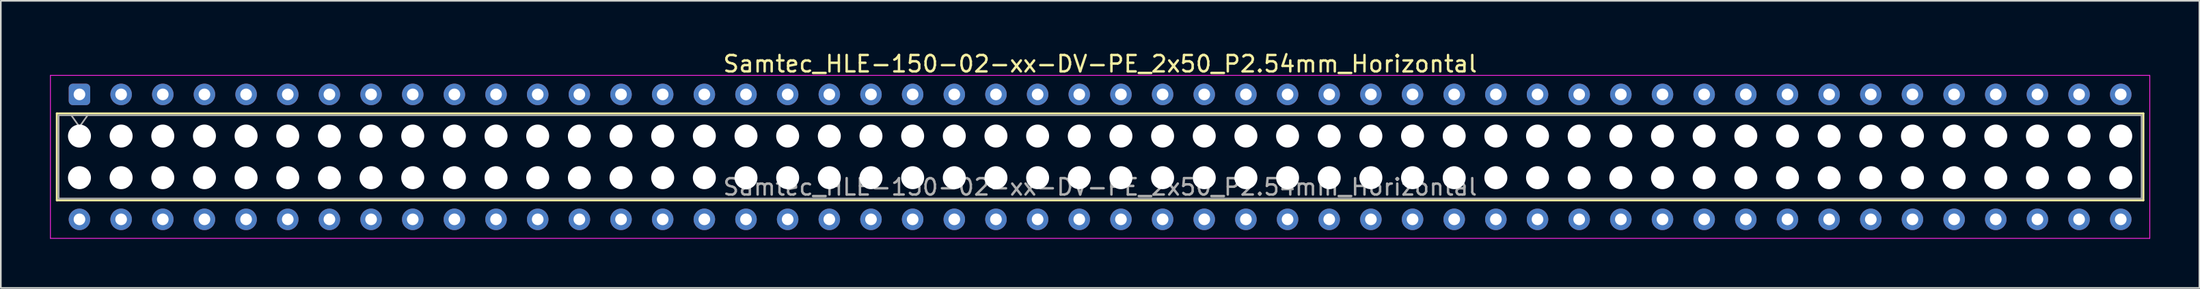
<source format=kicad_pcb>
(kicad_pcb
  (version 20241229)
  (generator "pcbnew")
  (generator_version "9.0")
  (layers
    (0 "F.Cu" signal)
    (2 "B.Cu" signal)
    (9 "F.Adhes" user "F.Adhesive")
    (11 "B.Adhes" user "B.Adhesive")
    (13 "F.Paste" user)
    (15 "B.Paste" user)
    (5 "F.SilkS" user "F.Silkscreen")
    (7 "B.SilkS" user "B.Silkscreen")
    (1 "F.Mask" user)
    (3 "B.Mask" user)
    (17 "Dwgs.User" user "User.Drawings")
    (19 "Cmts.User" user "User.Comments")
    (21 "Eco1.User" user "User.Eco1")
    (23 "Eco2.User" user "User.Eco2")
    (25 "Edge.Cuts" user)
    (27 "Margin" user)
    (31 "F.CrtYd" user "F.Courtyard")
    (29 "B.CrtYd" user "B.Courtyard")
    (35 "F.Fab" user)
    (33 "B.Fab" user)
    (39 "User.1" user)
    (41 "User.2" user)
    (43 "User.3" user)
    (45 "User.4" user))
  (footprint "Samtec_HLE-150-02-xx-DV-PE_2x50_P2.54mm_Horizontal"
    (layer "F.Cu")
    (at 1.795 2.708)
    (property "Reference" "Samtec_HLE-150-02-xx-DV-PE_2x50_P2.54mm_Horizontal" (at 62.23 -1.86 0) (layer "F.SilkS") (effects (font (size 1 1) (thickness 0.15))))
    (attr through_hole)
    (fp_line (start -1.38 1.16) (end 125.84 1.16) (stroke (width 0.12) (type solid)) (layer "F.SilkS"))
    (fp_line (start -1.38 6.46) (end -1.38 1.16) (stroke (width 0.12) (type solid)) (layer "F.SilkS"))
    (fp_line (start 125.84 1.16) (end 125.84 6.46) (stroke (width 0.12) (type solid)) (layer "F.SilkS"))
    (fp_line (start 125.84 6.46) (end -1.38 6.46) (stroke (width 0.12) (type solid)) (layer "F.SilkS"))
    (fp_line (start -1.77 -1.16) (end 126.23 -1.16) (stroke (width 0.05) (type solid)) (layer "F.CrtYd"))
    (fp_line (start -1.77 8.78) (end -1.77 -1.16) (stroke (width 0.05) (type solid)) (layer "F.CrtYd"))
    (fp_line (start 126.23 -1.16) (end 126.23 8.78) (stroke (width 0.05) (type solid)) (layer "F.CrtYd"))
    (fp_line (start 126.23 8.78) (end -1.77 8.78) (stroke (width 0.05) (type solid)) (layer "F.CrtYd"))
    (fp_line (start -1.27 1.27) (end 125.73 1.27) (stroke (width 0.1) (type solid)) (layer "F.Fab"))
    (fp_line (start -1.27 6.35) (end -1.27 1.27) (stroke (width 0.1) (type solid)) (layer "F.Fab"))
    (fp_line (start -0.5 1.27) (end 0 1.977) (stroke (width 0.1) (type solid)) (layer "F.Fab"))
    (fp_line (start 0 1.977) (end 0.5 1.27) (stroke (width 0.1) (type solid)) (layer "F.Fab"))
    (fp_line (start 125.73 1.27) (end 125.73 6.35) (stroke (width 0.1) (type solid)) (layer "F.Fab"))
    (fp_line (start 125.73 6.35) (end -1.27 6.35) (stroke (width 0.1) (type solid)) (layer "F.Fab"))
    (fp_text user "${REFERENCE}" (at 62.23 5.65 0) (layer "F.Fab") (effects (font (size 1 1) (thickness 0.15))))
    (pad "" np_thru_hole circle (at 0 2.54) (size 1.4 1.4) (drill 1.4) (layers "*.Cu" "*.Mask"))
    (pad "" np_thru_hole circle (at 0 5.08) (size 1.4 1.4) (drill 1.4) (layers "*.Cu" "*.Mask"))
    (pad "" np_thru_hole circle (at 2.54 2.54) (size 1.4 1.4) (drill 1.4) (layers "*.Cu" "*.Mask"))
    (pad "" np_thru_hole circle (at 2.54 5.08) (size 1.4 1.4) (drill 1.4) (layers "*.Cu" "*.Mask"))
    (pad "" np_thru_hole circle (at 5.08 2.54) (size 1.4 1.4) (drill 1.4) (layers "*.Cu" "*.Mask"))
    (pad "" np_thru_hole circle (at 5.08 5.08) (size 1.4 1.4) (drill 1.4) (layers "*.Cu" "*.Mask"))
    (pad "" np_thru_hole circle (at 7.62 2.54) (size 1.4 1.4) (drill 1.4) (layers "*.Cu" "*.Mask"))
    (pad "" np_thru_hole circle (at 7.62 5.08) (size 1.4 1.4) (drill 1.4) (layers "*.Cu" "*.Mask"))
    (pad "" np_thru_hole circle (at 10.16 2.54) (size 1.4 1.4) (drill 1.4) (layers "*.Cu" "*.Mask"))
    (pad "" np_thru_hole circle (at 10.16 5.08) (size 1.4 1.4) (drill 1.4) (layers "*.Cu" "*.Mask"))
    (pad "" np_thru_hole circle (at 12.7 2.54) (size 1.4 1.4) (drill 1.4) (layers "*.Cu" "*.Mask"))
    (pad "" np_thru_hole circle (at 12.7 5.08) (size 1.4 1.4) (drill 1.4) (layers "*.Cu" "*.Mask"))
    (pad "" np_thru_hole circle (at 15.24 2.54) (size 1.4 1.4) (drill 1.4) (layers "*.Cu" "*.Mask"))
    (pad "" np_thru_hole circle (at 15.24 5.08) (size 1.4 1.4) (drill 1.4) (layers "*.Cu" "*.Mask"))
    (pad "" np_thru_hole circle (at 17.78 2.54) (size 1.4 1.4) (drill 1.4) (layers "*.Cu" "*.Mask"))
    (pad "" np_thru_hole circle (at 17.78 5.08) (size 1.4 1.4) (drill 1.4) (layers "*.Cu" "*.Mask"))
    (pad "" np_thru_hole circle (at 20.32 2.54) (size 1.4 1.4) (drill 1.4) (layers "*.Cu" "*.Mask"))
    (pad "" np_thru_hole circle (at 20.32 5.08) (size 1.4 1.4) (drill 1.4) (layers "*.Cu" "*.Mask"))
    (pad "" np_thru_hole circle (at 22.86 2.54) (size 1.4 1.4) (drill 1.4) (layers "*.Cu" "*.Mask"))
    (pad "" np_thru_hole circle (at 22.86 5.08) (size 1.4 1.4) (drill 1.4) (layers "*.Cu" "*.Mask"))
    (pad "" np_thru_hole circle (at 25.4 2.54) (size 1.4 1.4) (drill 1.4) (layers "*.Cu" "*.Mask"))
    (pad "" np_thru_hole circle (at 25.4 5.08) (size 1.4 1.4) (drill 1.4) (layers "*.Cu" "*.Mask"))
    (pad "" np_thru_hole circle (at 27.94 2.54) (size 1.4 1.4) (drill 1.4) (layers "*.Cu" "*.Mask"))
    (pad "" np_thru_hole circle (at 27.94 5.08) (size 1.4 1.4) (drill 1.4) (layers "*.Cu" "*.Mask"))
    (pad "" np_thru_hole circle (at 30.48 2.54) (size 1.4 1.4) (drill 1.4) (layers "*.Cu" "*.Mask"))
    (pad "" np_thru_hole circle (at 30.48 5.08) (size 1.4 1.4) (drill 1.4) (layers "*.Cu" "*.Mask"))
    (pad "" np_thru_hole circle (at 33.02 2.54) (size 1.4 1.4) (drill 1.4) (layers "*.Cu" "*.Mask"))
    (pad "" np_thru_hole circle (at 33.02 5.08) (size 1.4 1.4) (drill 1.4) (layers "*.Cu" "*.Mask"))
    (pad "" np_thru_hole circle (at 35.56 2.54) (size 1.4 1.4) (drill 1.4) (layers "*.Cu" "*.Mask"))
    (pad "" np_thru_hole circle (at 35.56 5.08) (size 1.4 1.4) (drill 1.4) (layers "*.Cu" "*.Mask"))
    (pad "" np_thru_hole circle (at 38.1 2.54) (size 1.4 1.4) (drill 1.4) (layers "*.Cu" "*.Mask"))
    (pad "" np_thru_hole circle (at 38.1 5.08) (size 1.4 1.4) (drill 1.4) (layers "*.Cu" "*.Mask"))
    (pad "" np_thru_hole circle (at 40.64 2.54) (size 1.4 1.4) (drill 1.4) (layers "*.Cu" "*.Mask"))
    (pad "" np_thru_hole circle (at 40.64 5.08) (size 1.4 1.4) (drill 1.4) (layers "*.Cu" "*.Mask"))
    (pad "" np_thru_hole circle (at 43.18 2.54) (size 1.4 1.4) (drill 1.4) (layers "*.Cu" "*.Mask"))
    (pad "" np_thru_hole circle (at 43.18 5.08) (size 1.4 1.4) (drill 1.4) (layers "*.Cu" "*.Mask"))
    (pad "" np_thru_hole circle (at 45.72 2.54) (size 1.4 1.4) (drill 1.4) (layers "*.Cu" "*.Mask"))
    (pad "" np_thru_hole circle (at 45.72 5.08) (size 1.4 1.4) (drill 1.4) (layers "*.Cu" "*.Mask"))
    (pad "" np_thru_hole circle (at 48.26 2.54) (size 1.4 1.4) (drill 1.4) (layers "*.Cu" "*.Mask"))
    (pad "" np_thru_hole circle (at 48.26 5.08) (size 1.4 1.4) (drill 1.4) (layers "*.Cu" "*.Mask"))
    (pad "" np_thru_hole circle (at 50.8 2.54) (size 1.4 1.4) (drill 1.4) (layers "*.Cu" "*.Mask"))
    (pad "" np_thru_hole circle (at 50.8 5.08) (size 1.4 1.4) (drill 1.4) (layers "*.Cu" "*.Mask"))
    (pad "" np_thru_hole circle (at 53.34 2.54) (size 1.4 1.4) (drill 1.4) (layers "*.Cu" "*.Mask"))
    (pad "" np_thru_hole circle (at 53.34 5.08) (size 1.4 1.4) (drill 1.4) (layers "*.Cu" "*.Mask"))
    (pad "" np_thru_hole circle (at 55.88 2.54) (size 1.4 1.4) (drill 1.4) (layers "*.Cu" "*.Mask"))
    (pad "" np_thru_hole circle (at 55.88 5.08) (size 1.4 1.4) (drill 1.4) (layers "*.Cu" "*.Mask"))
    (pad "" np_thru_hole circle (at 58.42 2.54) (size 1.4 1.4) (drill 1.4) (layers "*.Cu" "*.Mask"))
    (pad "" np_thru_hole circle (at 58.42 5.08) (size 1.4 1.4) (drill 1.4) (layers "*.Cu" "*.Mask"))
    (pad "" np_thru_hole circle (at 60.96 2.54) (size 1.4 1.4) (drill 1.4) (layers "*.Cu" "*.Mask"))
    (pad "" np_thru_hole circle (at 60.96 5.08) (size 1.4 1.4) (drill 1.4) (layers "*.Cu" "*.Mask"))
    (pad "" np_thru_hole circle (at 63.5 2.54) (size 1.4 1.4) (drill 1.4) (layers "*.Cu" "*.Mask"))
    (pad "" np_thru_hole circle (at 63.5 5.08) (size 1.4 1.4) (drill 1.4) (layers "*.Cu" "*.Mask"))
    (pad "" np_thru_hole circle (at 66.04 2.54) (size 1.4 1.4) (drill 1.4) (layers "*.Cu" "*.Mask"))
    (pad "" np_thru_hole circle (at 66.04 5.08) (size 1.4 1.4) (drill 1.4) (layers "*.Cu" "*.Mask"))
    (pad "" np_thru_hole circle (at 68.58 2.54) (size 1.4 1.4) (drill 1.4) (layers "*.Cu" "*.Mask"))
    (pad "" np_thru_hole circle (at 68.58 5.08) (size 1.4 1.4) (drill 1.4) (layers "*.Cu" "*.Mask"))
    (pad "" np_thru_hole circle (at 71.12 2.54) (size 1.4 1.4) (drill 1.4) (layers "*.Cu" "*.Mask"))
    (pad "" np_thru_hole circle (at 71.12 5.08) (size 1.4 1.4) (drill 1.4) (layers "*.Cu" "*.Mask"))
    (pad "" np_thru_hole circle (at 73.66 2.54) (size 1.4 1.4) (drill 1.4) (layers "*.Cu" "*.Mask"))
    (pad "" np_thru_hole circle (at 73.66 5.08) (size 1.4 1.4) (drill 1.4) (layers "*.Cu" "*.Mask"))
    (pad "" np_thru_hole circle (at 76.2 2.54) (size 1.4 1.4) (drill 1.4) (layers "*.Cu" "*.Mask"))
    (pad "" np_thru_hole circle (at 76.2 5.08) (size 1.4 1.4) (drill 1.4) (layers "*.Cu" "*.Mask"))
    (pad "" np_thru_hole circle (at 78.74 2.54) (size 1.4 1.4) (drill 1.4) (layers "*.Cu" "*.Mask"))
    (pad "" np_thru_hole circle (at 78.74 5.08) (size 1.4 1.4) (drill 1.4) (layers "*.Cu" "*.Mask"))
    (pad "" np_thru_hole circle (at 81.28 2.54) (size 1.4 1.4) (drill 1.4) (layers "*.Cu" "*.Mask"))
    (pad "" np_thru_hole circle (at 81.28 5.08) (size 1.4 1.4) (drill 1.4) (layers "*.Cu" "*.Mask"))
    (pad "" np_thru_hole circle (at 83.82 2.54) (size 1.4 1.4) (drill 1.4) (layers "*.Cu" "*.Mask"))
    (pad "" np_thru_hole circle (at 83.82 5.08) (size 1.4 1.4) (drill 1.4) (layers "*.Cu" "*.Mask"))
    (pad "" np_thru_hole circle (at 86.36 2.54) (size 1.4 1.4) (drill 1.4) (layers "*.Cu" "*.Mask"))
    (pad "" np_thru_hole circle (at 86.36 5.08) (size 1.4 1.4) (drill 1.4) (layers "*.Cu" "*.Mask"))
    (pad "" np_thru_hole circle (at 88.9 2.54) (size 1.4 1.4) (drill 1.4) (layers "*.Cu" "*.Mask"))
    (pad "" np_thru_hole circle (at 88.9 5.08) (size 1.4 1.4) (drill 1.4) (layers "*.Cu" "*.Mask"))
    (pad "" np_thru_hole circle (at 91.44 2.54) (size 1.4 1.4) (drill 1.4) (layers "*.Cu" "*.Mask"))
    (pad "" np_thru_hole circle (at 91.44 5.08) (size 1.4 1.4) (drill 1.4) (layers "*.Cu" "*.Mask"))
    (pad "" np_thru_hole circle (at 93.98 2.54) (size 1.4 1.4) (drill 1.4) (layers "*.Cu" "*.Mask"))
    (pad "" np_thru_hole circle (at 93.98 5.08) (size 1.4 1.4) (drill 1.4) (layers "*.Cu" "*.Mask"))
    (pad "" np_thru_hole circle (at 96.52 2.54) (size 1.4 1.4) (drill 1.4) (layers "*.Cu" "*.Mask"))
    (pad "" np_thru_hole circle (at 96.52 5.08) (size 1.4 1.4) (drill 1.4) (layers "*.Cu" "*.Mask"))
    (pad "" np_thru_hole circle (at 99.06 2.54) (size 1.4 1.4) (drill 1.4) (layers "*.Cu" "*.Mask"))
    (pad "" np_thru_hole circle (at 99.06 5.08) (size 1.4 1.4) (drill 1.4) (layers "*.Cu" "*.Mask"))
    (pad "" np_thru_hole circle (at 101.6 2.54) (size 1.4 1.4) (drill 1.4) (layers "*.Cu" "*.Mask"))
    (pad "" np_thru_hole circle (at 101.6 5.08) (size 1.4 1.4) (drill 1.4) (layers "*.Cu" "*.Mask"))
    (pad "" np_thru_hole circle (at 104.14 2.54) (size 1.4 1.4) (drill 1.4) (layers "*.Cu" "*.Mask"))
    (pad "" np_thru_hole circle (at 104.14 5.08) (size 1.4 1.4) (drill 1.4) (layers "*.Cu" "*.Mask"))
    (pad "" np_thru_hole circle (at 106.68 2.54) (size 1.4 1.4) (drill 1.4) (layers "*.Cu" "*.Mask"))
    (pad "" np_thru_hole circle (at 106.68 5.08) (size 1.4 1.4) (drill 1.4) (layers "*.Cu" "*.Mask"))
    (pad "" np_thru_hole circle (at 109.22 2.54) (size 1.4 1.4) (drill 1.4) (layers "*.Cu" "*.Mask"))
    (pad "" np_thru_hole circle (at 109.22 5.08) (size 1.4 1.4) (drill 1.4) (layers "*.Cu" "*.Mask"))
    (pad "" np_thru_hole circle (at 111.76 2.54) (size 1.4 1.4) (drill 1.4) (layers "*.Cu" "*.Mask"))
    (pad "" np_thru_hole circle (at 111.76 5.08) (size 1.4 1.4) (drill 1.4) (layers "*.Cu" "*.Mask"))
    (pad "" np_thru_hole circle (at 114.3 2.54) (size 1.4 1.4) (drill 1.4) (layers "*.Cu" "*.Mask"))
    (pad "" np_thru_hole circle (at 114.3 5.08) (size 1.4 1.4) (drill 1.4) (layers "*.Cu" "*.Mask"))
    (pad "" np_thru_hole circle (at 116.84 2.54) (size 1.4 1.4) (drill 1.4) (layers "*.Cu" "*.Mask"))
    (pad "" np_thru_hole circle (at 116.84 5.08) (size 1.4 1.4) (drill 1.4) (layers "*.Cu" "*.Mask"))
    (pad "" np_thru_hole circle (at 119.38 2.54) (size 1.4 1.4) (drill 1.4) (layers "*.Cu" "*.Mask"))
    (pad "" np_thru_hole circle (at 119.38 5.08) (size 1.4 1.4) (drill 1.4) (layers "*.Cu" "*.Mask"))
    (pad "" np_thru_hole circle (at 121.92 2.54) (size 1.4 1.4) (drill 1.4) (layers "*.Cu" "*.Mask"))
    (pad "" np_thru_hole circle (at 121.92 5.08) (size 1.4 1.4) (drill 1.4) (layers "*.Cu" "*.Mask"))
    (pad "" np_thru_hole circle (at 124.46 2.54) (size 1.4 1.4) (drill 1.4) (layers "*.Cu" "*.Mask"))
    (pad "" np_thru_hole circle (at 124.46 5.08) (size 1.4 1.4) (drill 1.4) (layers "*.Cu" "*.Mask"))
    (pad "1" thru_hole roundrect (at 0 0) (size 1.31 1.31) (drill 0.71) (layers "*.Cu" "*.Mask") (roundrect_rratio 0.191))
    (pad "2" thru_hole circle (at 0 7.62) (size 1.31 1.31) (drill 0.71) (layers "*.Cu" "*.Mask"))
    (pad "3" thru_hole circle (at 2.54 0) (size 1.31 1.31) (drill 0.71) (layers "*.Cu" "*.Mask"))
    (pad "4" thru_hole circle (at 2.54 7.62) (size 1.31 1.31) (drill 0.71) (layers "*.Cu" "*.Mask"))
    (pad "5" thru_hole circle (at 5.08 0) (size 1.31 1.31) (drill 0.71) (layers "*.Cu" "*.Mask"))
    (pad "6" thru_hole circle (at 5.08 7.62) (size 1.31 1.31) (drill 0.71) (layers "*.Cu" "*.Mask"))
    (pad "7" thru_hole circle (at 7.62 0) (size 1.31 1.31) (drill 0.71) (layers "*.Cu" "*.Mask"))
    (pad "8" thru_hole circle (at 7.62 7.62) (size 1.31 1.31) (drill 0.71) (layers "*.Cu" "*.Mask"))
    (pad "9" thru_hole circle (at 10.16 0) (size 1.31 1.31) (drill 0.71) (layers "*.Cu" "*.Mask"))
    (pad "10" thru_hole circle (at 10.16 7.62) (size 1.31 1.31) (drill 0.71) (layers "*.Cu" "*.Mask"))
    (pad "11" thru_hole circle (at 12.7 0) (size 1.31 1.31) (drill 0.71) (layers "*.Cu" "*.Mask"))
    (pad "12" thru_hole circle (at 12.7 7.62) (size 1.31 1.31) (drill 0.71) (layers "*.Cu" "*.Mask"))
    (pad "13" thru_hole circle (at 15.24 0) (size 1.31 1.31) (drill 0.71) (layers "*.Cu" "*.Mask"))
    (pad "14" thru_hole circle (at 15.24 7.62) (size 1.31 1.31) (drill 0.71) (layers "*.Cu" "*.Mask"))
    (pad "15" thru_hole circle (at 17.78 0) (size 1.31 1.31) (drill 0.71) (layers "*.Cu" "*.Mask"))
    (pad "16" thru_hole circle (at 17.78 7.62) (size 1.31 1.31) (drill 0.71) (layers "*.Cu" "*.Mask"))
    (pad "17" thru_hole circle (at 20.32 0) (size 1.31 1.31) (drill 0.71) (layers "*.Cu" "*.Mask"))
    (pad "18" thru_hole circle (at 20.32 7.62) (size 1.31 1.31) (drill 0.71) (layers "*.Cu" "*.Mask"))
    (pad "19" thru_hole circle (at 22.86 0) (size 1.31 1.31) (drill 0.71) (layers "*.Cu" "*.Mask"))
    (pad "20" thru_hole circle (at 22.86 7.62) (size 1.31 1.31) (drill 0.71) (layers "*.Cu" "*.Mask"))
    (pad "21" thru_hole circle (at 25.4 0) (size 1.31 1.31) (drill 0.71) (layers "*.Cu" "*.Mask"))
    (pad "22" thru_hole circle (at 25.4 7.62) (size 1.31 1.31) (drill 0.71) (layers "*.Cu" "*.Mask"))
    (pad "23" thru_hole circle (at 27.94 0) (size 1.31 1.31) (drill 0.71) (layers "*.Cu" "*.Mask"))
    (pad "24" thru_hole circle (at 27.94 7.62) (size 1.31 1.31) (drill 0.71) (layers "*.Cu" "*.Mask"))
    (pad "25" thru_hole circle (at 30.48 0) (size 1.31 1.31) (drill 0.71) (layers "*.Cu" "*.Mask"))
    (pad "26" thru_hole circle (at 30.48 7.62) (size 1.31 1.31) (drill 0.71) (layers "*.Cu" "*.Mask"))
    (pad "27" thru_hole circle (at 33.02 0) (size 1.31 1.31) (drill 0.71) (layers "*.Cu" "*.Mask"))
    (pad "28" thru_hole circle (at 33.02 7.62) (size 1.31 1.31) (drill 0.71) (layers "*.Cu" "*.Mask"))
    (pad "29" thru_hole circle (at 35.56 0) (size 1.31 1.31) (drill 0.71) (layers "*.Cu" "*.Mask"))
    (pad "30" thru_hole circle (at 35.56 7.62) (size 1.31 1.31) (drill 0.71) (layers "*.Cu" "*.Mask"))
    (pad "31" thru_hole circle (at 38.1 0) (size 1.31 1.31) (drill 0.71) (layers "*.Cu" "*.Mask"))
    (pad "32" thru_hole circle (at 38.1 7.62) (size 1.31 1.31) (drill 0.71) (layers "*.Cu" "*.Mask"))
    (pad "33" thru_hole circle (at 40.64 0) (size 1.31 1.31) (drill 0.71) (layers "*.Cu" "*.Mask"))
    (pad "34" thru_hole circle (at 40.64 7.62) (size 1.31 1.31) (drill 0.71) (layers "*.Cu" "*.Mask"))
    (pad "35" thru_hole circle (at 43.18 0) (size 1.31 1.31) (drill 0.71) (layers "*.Cu" "*.Mask"))
    (pad "36" thru_hole circle (at 43.18 7.62) (size 1.31 1.31) (drill 0.71) (layers "*.Cu" "*.Mask"))
    (pad "37" thru_hole circle (at 45.72 0) (size 1.31 1.31) (drill 0.71) (layers "*.Cu" "*.Mask"))
    (pad "38" thru_hole circle (at 45.72 7.62) (size 1.31 1.31) (drill 0.71) (layers "*.Cu" "*.Mask"))
    (pad "39" thru_hole circle (at 48.26 0) (size 1.31 1.31) (drill 0.71) (layers "*.Cu" "*.Mask"))
    (pad "40" thru_hole circle (at 48.26 7.62) (size 1.31 1.31) (drill 0.71) (layers "*.Cu" "*.Mask"))
    (pad "41" thru_hole circle (at 50.8 0) (size 1.31 1.31) (drill 0.71) (layers "*.Cu" "*.Mask"))
    (pad "42" thru_hole circle (at 50.8 7.62) (size 1.31 1.31) (drill 0.71) (layers "*.Cu" "*.Mask"))
    (pad "43" thru_hole circle (at 53.34 0) (size 1.31 1.31) (drill 0.71) (layers "*.Cu" "*.Mask"))
    (pad "44" thru_hole circle (at 53.34 7.62) (size 1.31 1.31) (drill 0.71) (layers "*.Cu" "*.Mask"))
    (pad "45" thru_hole circle (at 55.88 0) (size 1.31 1.31) (drill 0.71) (layers "*.Cu" "*.Mask"))
    (pad "46" thru_hole circle (at 55.88 7.62) (size 1.31 1.31) (drill 0.71) (layers "*.Cu" "*.Mask"))
    (pad "47" thru_hole circle (at 58.42 0) (size 1.31 1.31) (drill 0.71) (layers "*.Cu" "*.Mask"))
    (pad "48" thru_hole circle (at 58.42 7.62) (size 1.31 1.31) (drill 0.71) (layers "*.Cu" "*.Mask"))
    (pad "49" thru_hole circle (at 60.96 0) (size 1.31 1.31) (drill 0.71) (layers "*.Cu" "*.Mask"))
    (pad "50" thru_hole circle (at 60.96 7.62) (size 1.31 1.31) (drill 0.71) (layers "*.Cu" "*.Mask"))
    (pad "51" thru_hole circle (at 63.5 0) (size 1.31 1.31) (drill 0.71) (layers "*.Cu" "*.Mask"))
    (pad "52" thru_hole circle (at 63.5 7.62) (size 1.31 1.31) (drill 0.71) (layers "*.Cu" "*.Mask"))
    (pad "53" thru_hole circle (at 66.04 0) (size 1.31 1.31) (drill 0.71) (layers "*.Cu" "*.Mask"))
    (pad "54" thru_hole circle (at 66.04 7.62) (size 1.31 1.31) (drill 0.71) (layers "*.Cu" "*.Mask"))
    (pad "55" thru_hole circle (at 68.58 0) (size 1.31 1.31) (drill 0.71) (layers "*.Cu" "*.Mask"))
    (pad "56" thru_hole circle (at 68.58 7.62) (size 1.31 1.31) (drill 0.71) (layers "*.Cu" "*.Mask"))
    (pad "57" thru_hole circle (at 71.12 0) (size 1.31 1.31) (drill 0.71) (layers "*.Cu" "*.Mask"))
    (pad "58" thru_hole circle (at 71.12 7.62) (size 1.31 1.31) (drill 0.71) (layers "*.Cu" "*.Mask"))
    (pad "59" thru_hole circle (at 73.66 0) (size 1.31 1.31) (drill 0.71) (layers "*.Cu" "*.Mask"))
    (pad "60" thru_hole circle (at 73.66 7.62) (size 1.31 1.31) (drill 0.71) (layers "*.Cu" "*.Mask"))
    (pad "61" thru_hole circle (at 76.2 0) (size 1.31 1.31) (drill 0.71) (layers "*.Cu" "*.Mask"))
    (pad "62" thru_hole circle (at 76.2 7.62) (size 1.31 1.31) (drill 0.71) (layers "*.Cu" "*.Mask"))
    (pad "63" thru_hole circle (at 78.74 0) (size 1.31 1.31) (drill 0.71) (layers "*.Cu" "*.Mask"))
    (pad "64" thru_hole circle (at 78.74 7.62) (size 1.31 1.31) (drill 0.71) (layers "*.Cu" "*.Mask"))
    (pad "65" thru_hole circle (at 81.28 0) (size 1.31 1.31) (drill 0.71) (layers "*.Cu" "*.Mask"))
    (pad "66" thru_hole circle (at 81.28 7.62) (size 1.31 1.31) (drill 0.71) (layers "*.Cu" "*.Mask"))
    (pad "67" thru_hole circle (at 83.82 0) (size 1.31 1.31) (drill 0.71) (layers "*.Cu" "*.Mask"))
    (pad "68" thru_hole circle (at 83.82 7.62) (size 1.31 1.31) (drill 0.71) (layers "*.Cu" "*.Mask"))
    (pad "69" thru_hole circle (at 86.36 0) (size 1.31 1.31) (drill 0.71) (layers "*.Cu" "*.Mask"))
    (pad "70" thru_hole circle (at 86.36 7.62) (size 1.31 1.31) (drill 0.71) (layers "*.Cu" "*.Mask"))
    (pad "71" thru_hole circle (at 88.9 0) (size 1.31 1.31) (drill 0.71) (layers "*.Cu" "*.Mask"))
    (pad "72" thru_hole circle (at 88.9 7.62) (size 1.31 1.31) (drill 0.71) (layers "*.Cu" "*.Mask"))
    (pad "73" thru_hole circle (at 91.44 0) (size 1.31 1.31) (drill 0.71) (layers "*.Cu" "*.Mask"))
    (pad "74" thru_hole circle (at 91.44 7.62) (size 1.31 1.31) (drill 0.71) (layers "*.Cu" "*.Mask"))
    (pad "75" thru_hole circle (at 93.98 0) (size 1.31 1.31) (drill 0.71) (layers "*.Cu" "*.Mask"))
    (pad "76" thru_hole circle (at 93.98 7.62) (size 1.31 1.31) (drill 0.71) (layers "*.Cu" "*.Mask"))
    (pad "77" thru_hole circle (at 96.52 0) (size 1.31 1.31) (drill 0.71) (layers "*.Cu" "*.Mask"))
    (pad "78" thru_hole circle (at 96.52 7.62) (size 1.31 1.31) (drill 0.71) (layers "*.Cu" "*.Mask"))
    (pad "79" thru_hole circle (at 99.06 0) (size 1.31 1.31) (drill 0.71) (layers "*.Cu" "*.Mask"))
    (pad "80" thru_hole circle (at 99.06 7.62) (size 1.31 1.31) (drill 0.71) (layers "*.Cu" "*.Mask"))
    (pad "81" thru_hole circle (at 101.6 0) (size 1.31 1.31) (drill 0.71) (layers "*.Cu" "*.Mask"))
    (pad "82" thru_hole circle (at 101.6 7.62) (size 1.31 1.31) (drill 0.71) (layers "*.Cu" "*.Mask"))
    (pad "83" thru_hole circle (at 104.14 0) (size 1.31 1.31) (drill 0.71) (layers "*.Cu" "*.Mask"))
    (pad "84" thru_hole circle (at 104.14 7.62) (size 1.31 1.31) (drill 0.71) (layers "*.Cu" "*.Mask"))
    (pad "85" thru_hole circle (at 106.68 0) (size 1.31 1.31) (drill 0.71) (layers "*.Cu" "*.Mask"))
    (pad "86" thru_hole circle (at 106.68 7.62) (size 1.31 1.31) (drill 0.71) (layers "*.Cu" "*.Mask"))
    (pad "87" thru_hole circle (at 109.22 0) (size 1.31 1.31) (drill 0.71) (layers "*.Cu" "*.Mask"))
    (pad "88" thru_hole circle (at 109.22 7.62) (size 1.31 1.31) (drill 0.71) (layers "*.Cu" "*.Mask"))
    (pad "89" thru_hole circle (at 111.76 0) (size 1.31 1.31) (drill 0.71) (layers "*.Cu" "*.Mask"))
    (pad "90" thru_hole circle (at 111.76 7.62) (size 1.31 1.31) (drill 0.71) (layers "*.Cu" "*.Mask"))
    (pad "91" thru_hole circle (at 114.3 0) (size 1.31 1.31) (drill 0.71) (layers "*.Cu" "*.Mask"))
    (pad "92" thru_hole circle (at 114.3 7.62) (size 1.31 1.31) (drill 0.71) (layers "*.Cu" "*.Mask"))
    (pad "93" thru_hole circle (at 116.84 0) (size 1.31 1.31) (drill 0.71) (layers "*.Cu" "*.Mask"))
    (pad "94" thru_hole circle (at 116.84 7.62) (size 1.31 1.31) (drill 0.71) (layers "*.Cu" "*.Mask"))
    (pad "95" thru_hole circle (at 119.38 0) (size 1.31 1.31) (drill 0.71) (layers "*.Cu" "*.Mask"))
    (pad "96" thru_hole circle (at 119.38 7.62) (size 1.31 1.31) (drill 0.71) (layers "*.Cu" "*.Mask"))
    (pad "97" thru_hole circle (at 121.92 0) (size 1.31 1.31) (drill 0.71) (layers "*.Cu" "*.Mask"))
    (pad "98" thru_hole circle (at 121.92 7.62) (size 1.31 1.31) (drill 0.71) (layers "*.Cu" "*.Mask"))
    (pad "99" thru_hole circle (at 124.46 0) (size 1.31 1.31) (drill 0.71) (layers "*.Cu" "*.Mask"))
    (pad "100" thru_hole circle (at 124.46 7.62) (size 1.31 1.31) (drill 0.71) (layers "*.Cu" "*.Mask")))
  (gr_rect
    (start -3 -3)
    (end 131.05 14.513)
    (stroke (width 0.1) (type default))
    (fill no)
    (layer "Edge.Cuts")))
</source>
